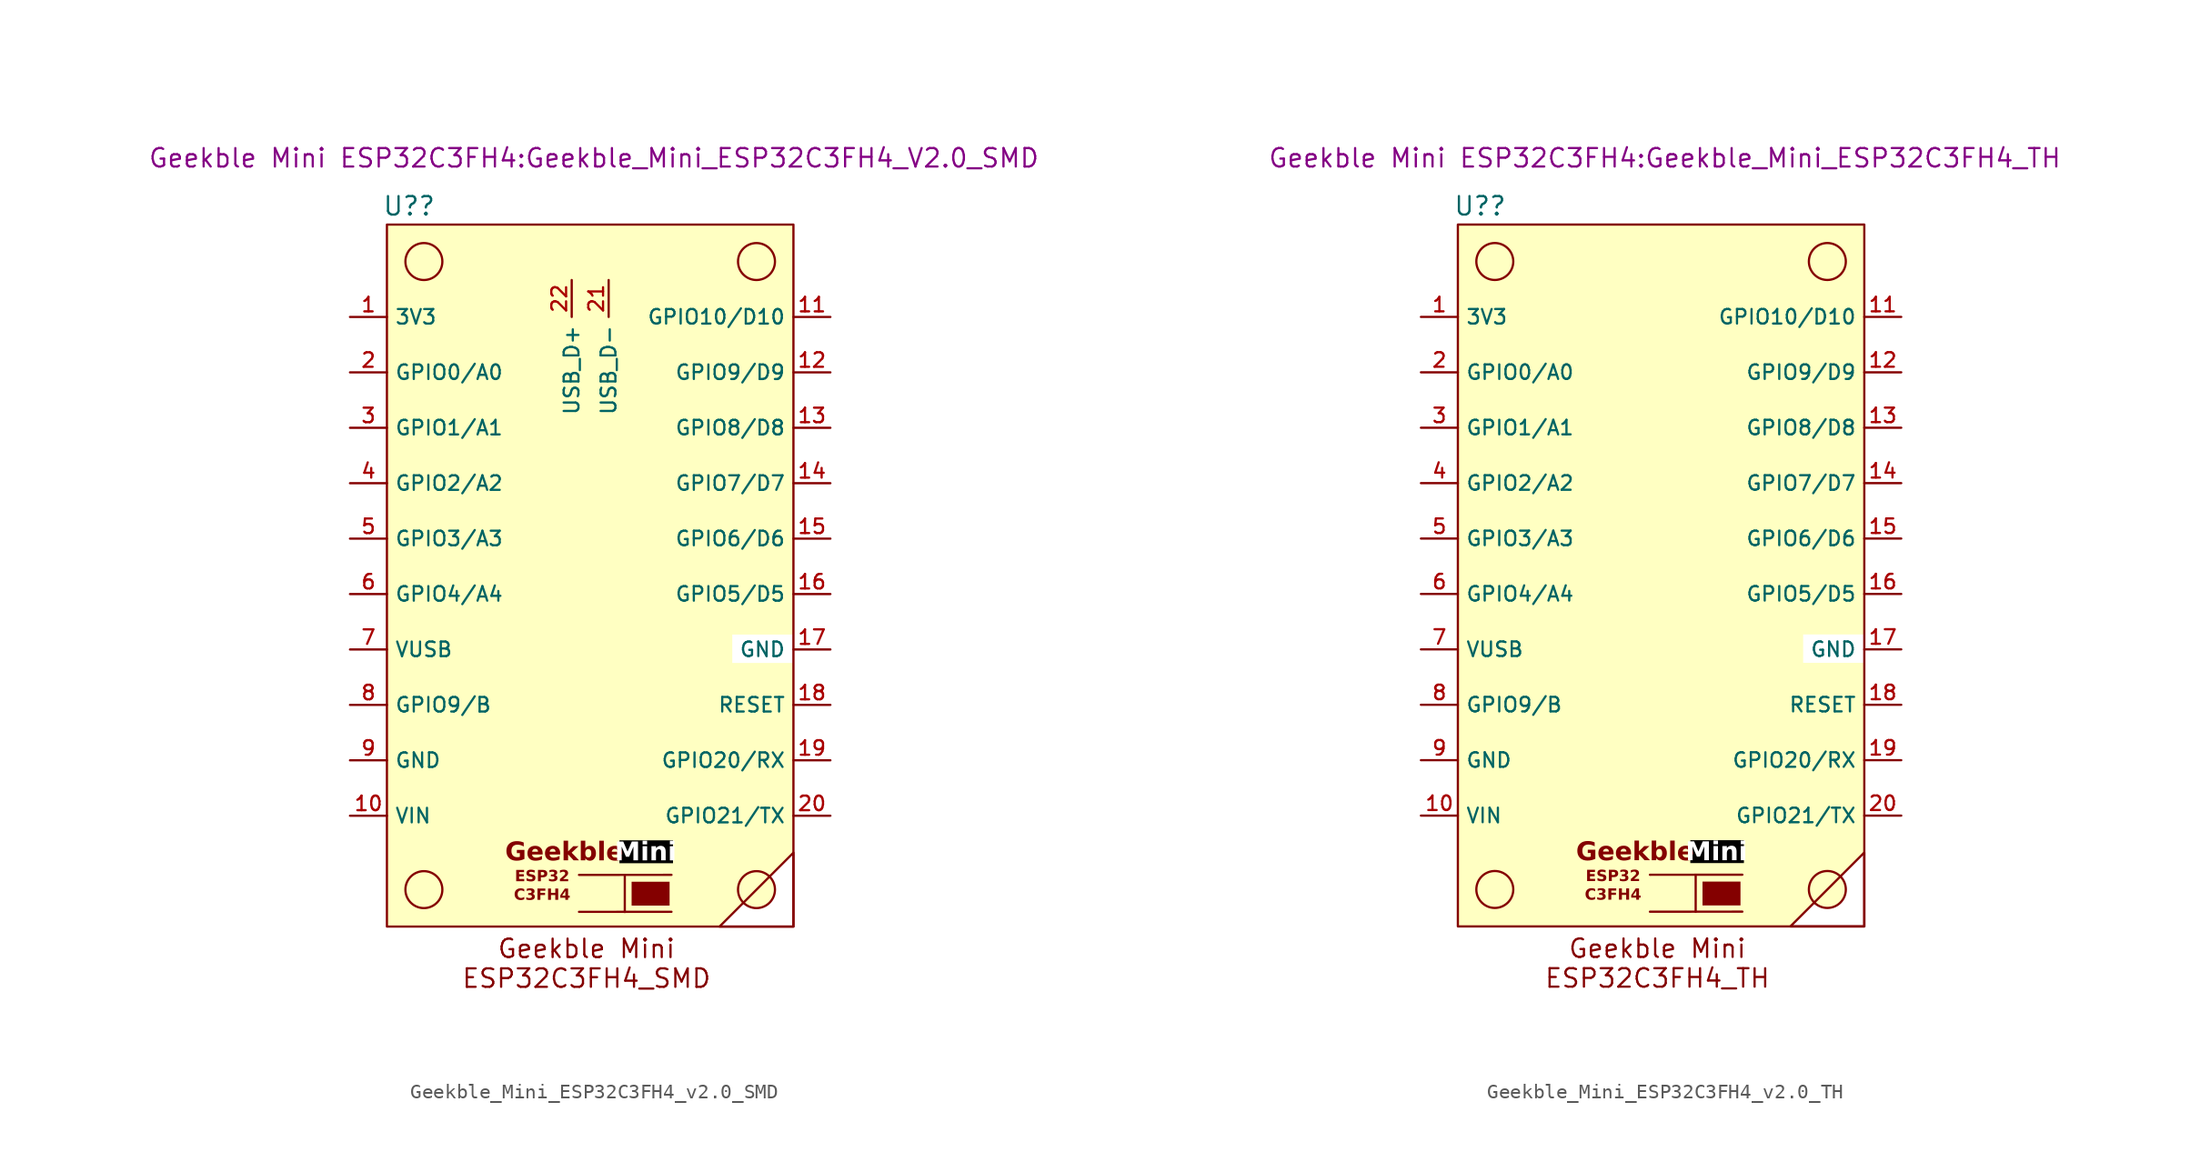
<source format=kicad_sym>
(kicad_symbol_lib
  (version 20241209)
  (generator "kicad_symbol_editor")
  (generator_version "9.0")
  (symbol "Geekble_Mini_ESP32C3FH4_v2.0_SMD"
    (property "Reference" "U?"
      (at -8.636 17.78 0)
      (do_not_autoplace)
      (effects (font (size 1.27 1.27))))
    (property "Value" ""
      (at -3.81 13.97 0)
      (effects (font (size 1.27 1.27))))
    (property "Footprint" "Geekble Mini ESP32C3FH4:Geekble_Mini_ESP32C3FH4_V2.0_SMD"
      (at 4.064 21.082 0)
      (effects (font (size 1.27 1.27))))
    (symbol "Geekble_Mini_ESP32C3FH4_v2.0_SMD_1_0"
      (pin bidirectional line (at -12.7 6.35 0) (length 2.54) (name "GPIO0/A0" (effects (font (size 1 1)))) (number "2" (effects (font (size 1 1))))))
    (symbol "Geekble_Mini_ESP32C3FH4_v2.0_SMD_1_1"
      (rectangle (start -10.21 -19.268) (end -6.002 -21.22) (stroke (width -0.0001) (type solid)) (fill (type color) (color 255 255 255 1)))
      (rectangle (start -10.16 16.51) (end 17.78 -31.75) (stroke (width 0) (type default)) (fill (type background)))
      (circle (center -7.62 13.97) (radius 1.27) (stroke (width 0) (type default)) (fill (type none)))
      (circle (center -7.62 -29.21) (radius 1.27) (stroke (width 0) (type default)) (fill (type none)))
      (rectangle (start 5.82 -25.821) (end 9.503 -27.395) (stroke (width -0.0001) (type solid)) (fill (type color) (color 0 0 0 1)))
      (polyline (pts (xy 6.188 -28.209) (xy 6.188 -30.749)) (stroke (width 0) (type default)) (fill (type none)))
      (rectangle (start 6.657 -28.667) (end 9.268 -30.307) (stroke (width -0.0001) (type solid)) (fill (type outline)))
      (polyline (pts (xy 9.398 -28.194) (xy 3.041 -28.198)) (stroke (width 0) (type default)) (fill (type none)))
      (polyline (pts (xy 9.398 -30.734) (xy 3.041 -30.738)) (stroke (width 0) (type default)) (fill (type none)))
      (polyline (pts (xy 12.7 -31.75) (xy 17.78 -26.67) (xy 17.78 -31.75) (xy 12.7 -31.75)) (stroke (width 0) (type solid)) (fill (type color) (color 255 255 255 1)))
      (rectangle (start 13.577 -11.675) (end 17.786 -13.627) (stroke (width -0.0001) (type solid)) (fill (type color) (color 255 255 255 1)))
      (circle (center 15.24 13.97) (radius 1.27) (stroke (width 0) (type default)) (fill (type none)))
      (circle (center 15.24 -29.21) (radius 1.27) (stroke (width 0) (type solid)) (fill (type background)))
      (text "ESP32\nC3FH4" (at 0.508 -28.956 0) (effects (font (face "Arial") (size 0.762 0.762) (bold yes))))
      (text "Geekble" (at 2.032 -26.67 0) (effects (font (face "Arial") (size 1.27 1.27) (bold yes))))
      (text "Geekble Mini\nESP32C3FH4_SMD\n" (at 3.556 -34.29 0) (effects (font (size 1.27 1.27))))
      (text "Mini" (at 7.62 -26.67 0) (effects (font (face "Arial") (size 1.27 1.27) (bold yes) (color 255 255 255 1))))
      (pin power_out line (at -12.7 10.16 0) (length 2.54) (name "3V3" (effects (font (size 1 1)))) (number "1" (effects (font (size 1 1)))))
      (pin bidirectional line (at -12.7 2.54 0) (length 2.54) (name "GPIO1/A1" (effects (font (size 1 1)))) (number "3" (effects (font (size 1 1)))))
      (pin bidirectional line (at -12.7 -1.27 0) (length 2.54) (name "GPIO2/A2" (effects (font (size 1 1)))) (number "4" (effects (font (size 1 1)))))
      (pin bidirectional line (at -12.7 -5.08 0) (length 2.54) (name "GPIO3/A3" (effects (font (size 1 1)))) (number "5" (effects (font (size 1 1)))))
      (pin bidirectional line (at -12.7 -8.89 0) (length 2.54) (name "GPIO4/A4" (effects (font (size 1 1)))) (number "6" (effects (font (size 1 1)))))
      (pin output line (at -12.7 -12.7 0) (length 2.54) (name "VUSB" (effects (font (size 1 1)))) (number "7" (effects (font (size 1 1)))))
      (pin bidirectional line (at -12.7 -16.51 0) (length 2.54) (name "GPIO9/B" (effects (font (size 1 1)))) (number "8" (effects (font (size 1 1)))))
      (pin passive line (at -12.7 -20.32 0) (length 2.54) (name "GND" (effects (font (size 1 1)))) (number "9" (effects (font (size 1 1)))))
      (pin power_in line (at -12.7 -24.13 0) (length 2.54) (name "VIN" (effects (font (size 1 1)))) (number "10" (effects (font (size 1 1)))))
      (pin bidirectional line (at 2.54 12.7 270) (length 2.54) (name "USB_D+" (effects (font (size 1.016 1.016)))) (number "22" (effects (font (size 1.016 1.016)))))
      (pin bidirectional line (at 5.08 12.7 270) (length 2.54) (name "USB_D-" (effects (font (size 1.016 1.016)))) (number "21" (effects (font (size 1.016 1.016)))))
      (pin bidirectional line (at 20.32 10.16 180) (length 2.54) (name "GPIO10/D10" (effects (font (size 1 1)))) (number "11" (effects (font (size 1 1)))))
      (pin bidirectional line (at 20.32 6.35 180) (length 2.54) (name "GPIO9/D9" (effects (font (size 1 1)))) (number "12" (effects (font (size 1 1)))))
      (pin bidirectional line (at 20.32 2.54 180) (length 2.54) (name "GPIO8/D8" (effects (font (size 1 1)))) (number "13" (effects (font (size 1 1)))))
      (pin bidirectional line (at 20.32 -1.27 180) (length 2.54) (name "GPIO7/D7" (effects (font (size 1 1)))) (number "14" (effects (font (size 1 1)))))
      (pin bidirectional line (at 20.32 -5.08 180) (length 2.54) (name "GPIO6/D6" (effects (font (size 1 1)))) (number "15" (effects (font (size 1 1)))))
      (pin bidirectional line (at 20.32 -8.89 180) (length 2.54) (name "GPIO5/D5" (effects (font (size 1 1)))) (number "16" (effects (font (size 1 1)))))
      (pin passive line (at 20.32 -12.7 180) (length 2.54) (name "GND" (effects (font (size 1 1)))) (number "17" (effects (font (size 1 1)))))
      (pin input line (at 20.32 -16.51 180) (length 2.54) (name "RESET" (effects (font (size 1 1)))) (number "18" (effects (font (size 1 1)))))
      (pin bidirectional line (at 20.32 -20.32 180) (length 2.54) (name "GPIO20/RX" (effects (font (size 1 1)))) (number "19" (effects (font (size 1 1)))))
      (pin bidirectional line (at 20.32 -24.13 180) (length 2.54) (name "GPIO21/TX" (effects (font (size 1 1)))) (number "20" (effects (font (size 1 1)))))))
  (symbol "Geekble_Mini_ESP32C3FH4_v2.0_TH"
    (property "Reference" "U?"
      (at -8.636 17.78 0)
      (do_not_autoplace)
      (effects (font (size 1.27 1.27))))
    (property "Value" ""
      (at -3.81 13.97 0)
      (effects (font (size 1.27 1.27))))
    (property "Footprint" "Geekble Mini ESP32C3FH4:Geekble_Mini_ESP32C3FH4_TH"
      (at 4.064 21.082 0)
      (effects (font (size 1.27 1.27))))
    (symbol "Geekble_Mini_ESP32C3FH4_v2.0_TH_1_0"
      (pin bidirectional line (at -12.7 6.35 0) (length 2.54) (name "GPIO0/A0" (effects (font (size 1 1)))) (number "2" (effects (font (size 1 1))))))
    (symbol "Geekble_Mini_ESP32C3FH4_v2.0_TH_1_1"
      (rectangle (start -10.21 -19.268) (end -6.002 -21.22) (stroke (width -0.0001) (type solid)) (fill (type color) (color 255 255 255 1)))
      (rectangle (start -10.16 16.51) (end 17.78 -31.75) (stroke (width 0) (type default)) (fill (type background)))
      (circle (center -7.62 13.97) (radius 1.27) (stroke (width 0) (type default)) (fill (type none)))
      (circle (center -7.62 -29.21) (radius 1.27) (stroke (width 0) (type default)) (fill (type none)))
      (rectangle (start 5.82 -25.821) (end 9.503 -27.395) (stroke (width -0.0001) (type solid)) (fill (type color) (color 0 0 0 1)))
      (polyline (pts (xy 6.188 -28.209) (xy 6.188 -30.749)) (stroke (width 0) (type default)) (fill (type none)))
      (rectangle (start 6.657 -28.667) (end 9.268 -30.307) (stroke (width -0.0001) (type solid)) (fill (type outline)))
      (polyline (pts (xy 9.398 -28.194) (xy 3.041 -28.198)) (stroke (width 0) (type default)) (fill (type none)))
      (polyline (pts (xy 9.398 -30.734) (xy 3.041 -30.738)) (stroke (width 0) (type default)) (fill (type none)))
      (polyline (pts (xy 12.7 -31.75) (xy 17.78 -26.67) (xy 17.78 -31.75) (xy 12.7 -31.75)) (stroke (width 0) (type solid)) (fill (type color) (color 255 255 255 1)))
      (rectangle (start 13.577 -11.675) (end 17.786 -13.627) (stroke (width -0.0001) (type solid)) (fill (type color) (color 255 255 255 1)))
      (circle (center 15.24 13.97) (radius 1.27) (stroke (width 0) (type default)) (fill (type none)))
      (circle (center 15.24 -29.21) (radius 1.27) (stroke (width 0) (type solid)) (fill (type background)))
      (text "ESP32\nC3FH4" (at 0.508 -28.956 0) (effects (font (face "Arial") (size 0.762 0.762) (bold yes))))
      (text "Geekble" (at 2.032 -26.67 0) (effects (font (face "Arial") (size 1.27 1.27) (bold yes))))
      (text "Geekble Mini\nESP32C3FH4_TH\n" (at 3.556 -34.29 0) (effects (font (size 1.27 1.27))))
      (text "Mini" (at 7.62 -26.67 0) (effects (font (face "Arial") (size 1.27 1.27) (bold yes) (color 255 255 255 1))))
      (pin power_out line (at -12.7 10.16 0) (length 2.54) (name "3V3" (effects (font (size 1 1)))) (number "1" (effects (font (size 1 1)))))
      (pin bidirectional line (at -12.7 2.54 0) (length 2.54) (name "GPIO1/A1" (effects (font (size 1 1)))) (number "3" (effects (font (size 1 1)))))
      (pin bidirectional line (at -12.7 -1.27 0) (length 2.54) (name "GPIO2/A2" (effects (font (size 1 1)))) (number "4" (effects (font (size 1 1)))))
      (pin bidirectional line (at -12.7 -5.08 0) (length 2.54) (name "GPIO3/A3" (effects (font (size 1 1)))) (number "5" (effects (font (size 1 1)))))
      (pin bidirectional line (at -12.7 -8.89 0) (length 2.54) (name "GPIO4/A4" (effects (font (size 1 1)))) (number "6" (effects (font (size 1 1)))))
      (pin output line (at -12.7 -12.7 0) (length 2.54) (name "VUSB" (effects (font (size 1 1)))) (number "7" (effects (font (size 1 1)))))
      (pin bidirectional line (at -12.7 -16.51 0) (length 2.54) (name "GPIO9/B" (effects (font (size 1 1)))) (number "8" (effects (font (size 1 1)))))
      (pin passive line (at -12.7 -20.32 0) (length 2.54) (name "GND" (effects (font (size 1 1)))) (number "9" (effects (font (size 1 1)))))
      (pin power_in line (at -12.7 -24.13 0) (length 2.54) (name "VIN" (effects (font (size 1 1)))) (number "10" (effects (font (size 1 1)))))
      (pin bidirectional line (at 20.32 10.16 180) (length 2.54) (name "GPIO10/D10" (effects (font (size 1 1)))) (number "11" (effects (font (size 1 1)))))
      (pin bidirectional line (at 20.32 6.35 180) (length 2.54) (name "GPIO9/D9" (effects (font (size 1 1)))) (number "12" (effects (font (size 1 1)))))
      (pin bidirectional line (at 20.32 2.54 180) (length 2.54) (name "GPIO8/D8" (effects (font (size 1 1)))) (number "13" (effects (font (size 1 1)))))
      (pin bidirectional line (at 20.32 -1.27 180) (length 2.54) (name "GPIO7/D7" (effects (font (size 1 1)))) (number "14" (effects (font (size 1 1)))))
      (pin bidirectional line (at 20.32 -5.08 180) (length 2.54) (name "GPIO6/D6" (effects (font (size 1 1)))) (number "15" (effects (font (size 1 1)))))
      (pin bidirectional line (at 20.32 -8.89 180) (length 2.54) (name "GPIO5/D5" (effects (font (size 1 1)))) (number "16" (effects (font (size 1 1)))))
      (pin passive line (at 20.32 -12.7 180) (length 2.54) (name "GND" (effects (font (size 1 1)))) (number "17" (effects (font (size 1 1)))))
      (pin input line (at 20.32 -16.51 180) (length 2.54) (name "RESET" (effects (font (size 1 1)))) (number "18" (effects (font (size 1 1)))))
      (pin bidirectional line (at 20.32 -20.32 180) (length 2.54) (name "GPIO20/RX" (effects (font (size 1 1)))) (number "19" (effects (font (size 1 1)))))
      (pin bidirectional line (at 20.32 -24.13 180) (length 2.54) (name "GPIO21/TX" (effects (font (size 1 1)))) (number "20" (effects (font (size 1 1))))))))
</source>
